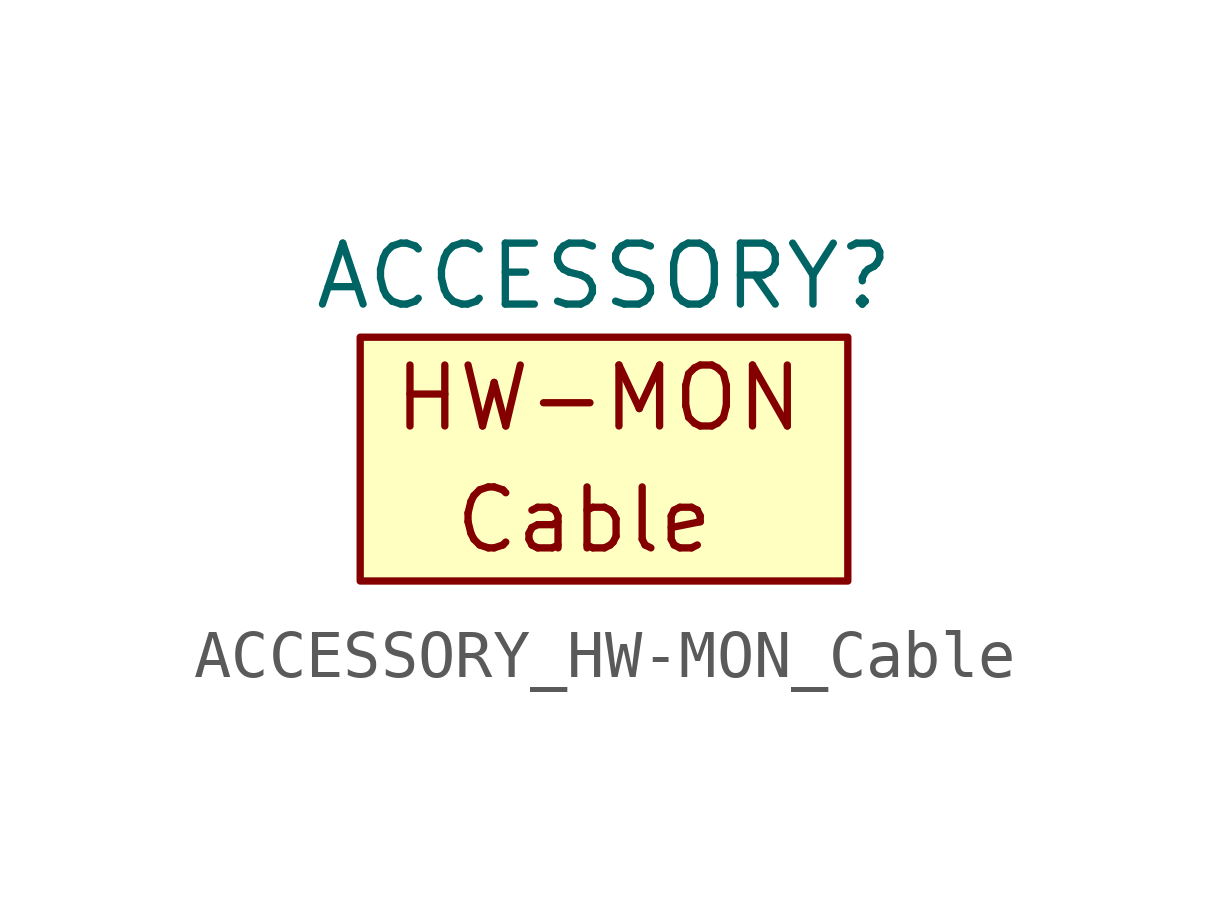
<source format=kicad_sym>
(kicad_symbol_lib
  (version 20220914)
  (generator kicad_symbol_editor)
  (symbol "ACCESSORY_HW-MON_Cable"
    (property "Reference" "ACCESSORY"
      (at 0 3.81 0)
      (effects (font (size 1.27 1.27))))
    (symbol "ACCESSORY_HW-MON_Cable_0_0"
      (text "Cable" (at -3.175 -1.27 0) (effects (font (size 1.27 1.27)) (justify left)))
      (text "HW-MON" (at -4.445 1.27 0) (effects (font (size 1.27 1.27)) (justify left))))
    (symbol "ACCESSORY_HW-MON_Cable_0_1"
      (rectangle (start -5.08 2.54) (end 5.08 -2.54) (stroke (width 0) (type default)) (fill (type background))))))
</source>
